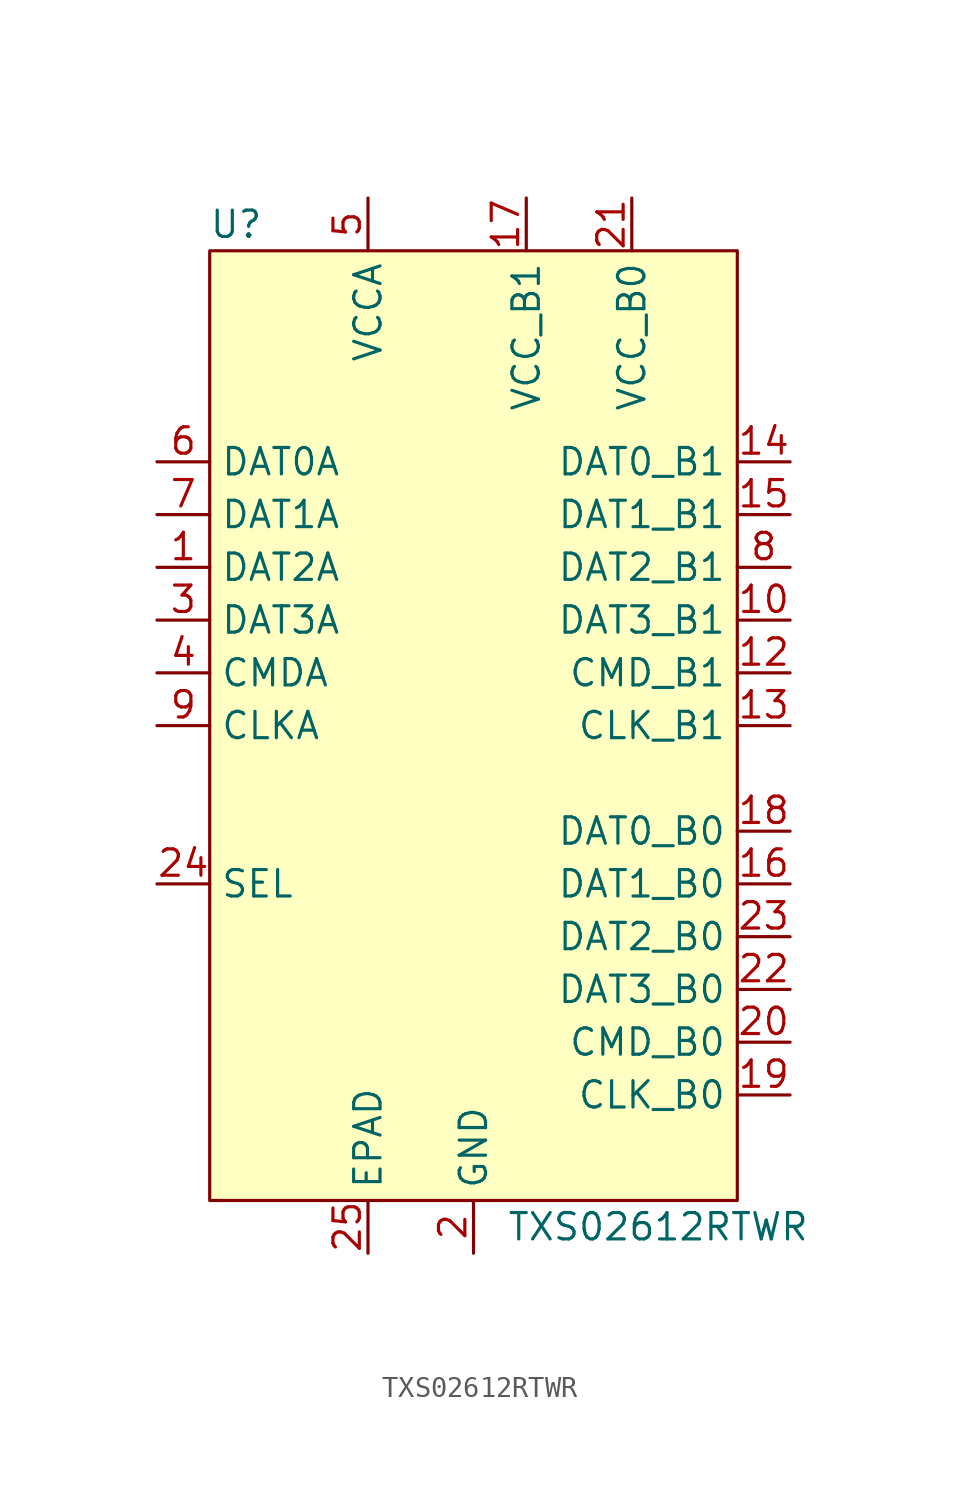
<source format=kicad_sym>
(kicad_symbol_lib
  (version 20220914)
  (generator kicad_symbol_editor)
  (symbol "TXS02612RTWR"
    (property "Reference" "U"
      (at -11.43 24.13 0)
      (effects (font (size 1.27 1.27))))
    (property "Value" "TXS02612RTWR"
      (at 8.89 -24.13 0)
      (effects (font (size 1.27 1.27))))
    (symbol "TXS02612RTWR_1_1"
      (rectangle (start -12.7 22.86) (end 12.7 -22.86) (stroke (width 0) (type default)) (fill (type background)))
      (pin bidirectional line (at -15.24 7.62 0) (length 2.54) (name "DAT2A" (effects (font (size 1.27 1.27)))) (number "1" (effects (font (size 1.27 1.27)))))
      (pin bidirectional line (at 15.24 5.08 180) (length 2.54) (name "DAT3_B1" (effects (font (size 1.27 1.27)))) (number "10" (effects (font (size 1.27 1.27)))))
      (pin passive line (at 0 -25.4 90) (length 2.54) hide (name "GND" (effects (font (size 1.27 1.27)))) (number "11" (effects (font (size 1.27 1.27)))))
      (pin bidirectional line (at 15.24 2.54 180) (length 2.54) (name "CMD_B1" (effects (font (size 1.27 1.27)))) (number "12" (effects (font (size 1.27 1.27)))))
      (pin output line (at 15.24 0 180) (length 2.54) (name "CLK_B1" (effects (font (size 1.27 1.27)))) (number "13" (effects (font (size 1.27 1.27)))))
      (pin bidirectional line (at 15.24 12.7 180) (length 2.54) (name "DAT0_B1" (effects (font (size 1.27 1.27)))) (number "14" (effects (font (size 1.27 1.27)))))
      (pin bidirectional line (at 15.24 10.16 180) (length 2.54) (name "DAT1_B1" (effects (font (size 1.27 1.27)))) (number "15" (effects (font (size 1.27 1.27)))))
      (pin bidirectional line (at 15.24 -7.62 180) (length 2.54) (name "DAT1_B0" (effects (font (size 1.27 1.27)))) (number "16" (effects (font (size 1.27 1.27)))))
      (pin power_in line (at 2.54 25.4 270) (length 2.54) (name "VCC_B1" (effects (font (size 1.27 1.27)))) (number "17" (effects (font (size 1.27 1.27)))))
      (pin bidirectional line (at 15.24 -5.08 180) (length 2.54) (name "DAT0_B0" (effects (font (size 1.27 1.27)))) (number "18" (effects (font (size 1.27 1.27)))))
      (pin output line (at 15.24 -17.78 180) (length 2.54) (name "CLK_B0" (effects (font (size 1.27 1.27)))) (number "19" (effects (font (size 1.27 1.27)))))
      (pin power_in line (at 0 -25.4 90) (length 2.54) (name "GND" (effects (font (size 1.27 1.27)))) (number "2" (effects (font (size 1.27 1.27)))))
      (pin bidirectional line (at 15.24 -15.24 180) (length 2.54) (name "CMD_B0" (effects (font (size 1.27 1.27)))) (number "20" (effects (font (size 1.27 1.27)))))
      (pin power_in line (at 7.62 25.4 270) (length 2.54) (name "VCC_B0" (effects (font (size 1.27 1.27)))) (number "21" (effects (font (size 1.27 1.27)))))
      (pin bidirectional line (at 15.24 -12.7 180) (length 2.54) (name "DAT3_B0" (effects (font (size 1.27 1.27)))) (number "22" (effects (font (size 1.27 1.27)))))
      (pin bidirectional line (at 15.24 -10.16 180) (length 2.54) (name "DAT2_B0" (effects (font (size 1.27 1.27)))) (number "23" (effects (font (size 1.27 1.27)))))
      (pin input line (at -15.24 -7.62 0) (length 2.54) (name "SEL" (effects (font (size 1.27 1.27)))) (number "24" (effects (font (size 1.27 1.27)))))
      (pin passive line (at -5.08 -25.4 90) (length 2.54) (name "EPAD" (effects (font (size 1.27 1.27)))) (number "25" (effects (font (size 1.27 1.27)))))
      (pin bidirectional line (at -15.24 5.08 0) (length 2.54) (name "DAT3A" (effects (font (size 1.27 1.27)))) (number "3" (effects (font (size 1.27 1.27)))))
      (pin bidirectional line (at -15.24 2.54 0) (length 2.54) (name "CMDA" (effects (font (size 1.27 1.27)))) (number "4" (effects (font (size 1.27 1.27)))))
      (pin power_in line (at -5.08 25.4 270) (length 2.54) (name "VCCA" (effects (font (size 1.27 1.27)))) (number "5" (effects (font (size 1.27 1.27)))))
      (pin bidirectional line (at -15.24 12.7 0) (length 2.54) (name "DAT0A" (effects (font (size 1.27 1.27)))) (number "6" (effects (font (size 1.27 1.27)))))
      (pin bidirectional line (at -15.24 10.16 0) (length 2.54) (name "DAT1A" (effects (font (size 1.27 1.27)))) (number "7" (effects (font (size 1.27 1.27)))))
      (pin bidirectional line (at 15.24 7.62 180) (length 2.54) (name "DAT2_B1" (effects (font (size 1.27 1.27)))) (number "8" (effects (font (size 1.27 1.27)))))
      (pin input line (at -15.24 0 0) (length 2.54) (name "CLKA" (effects (font (size 1.27 1.27)))) (number "9" (effects (font (size 1.27 1.27))))))))
</source>
